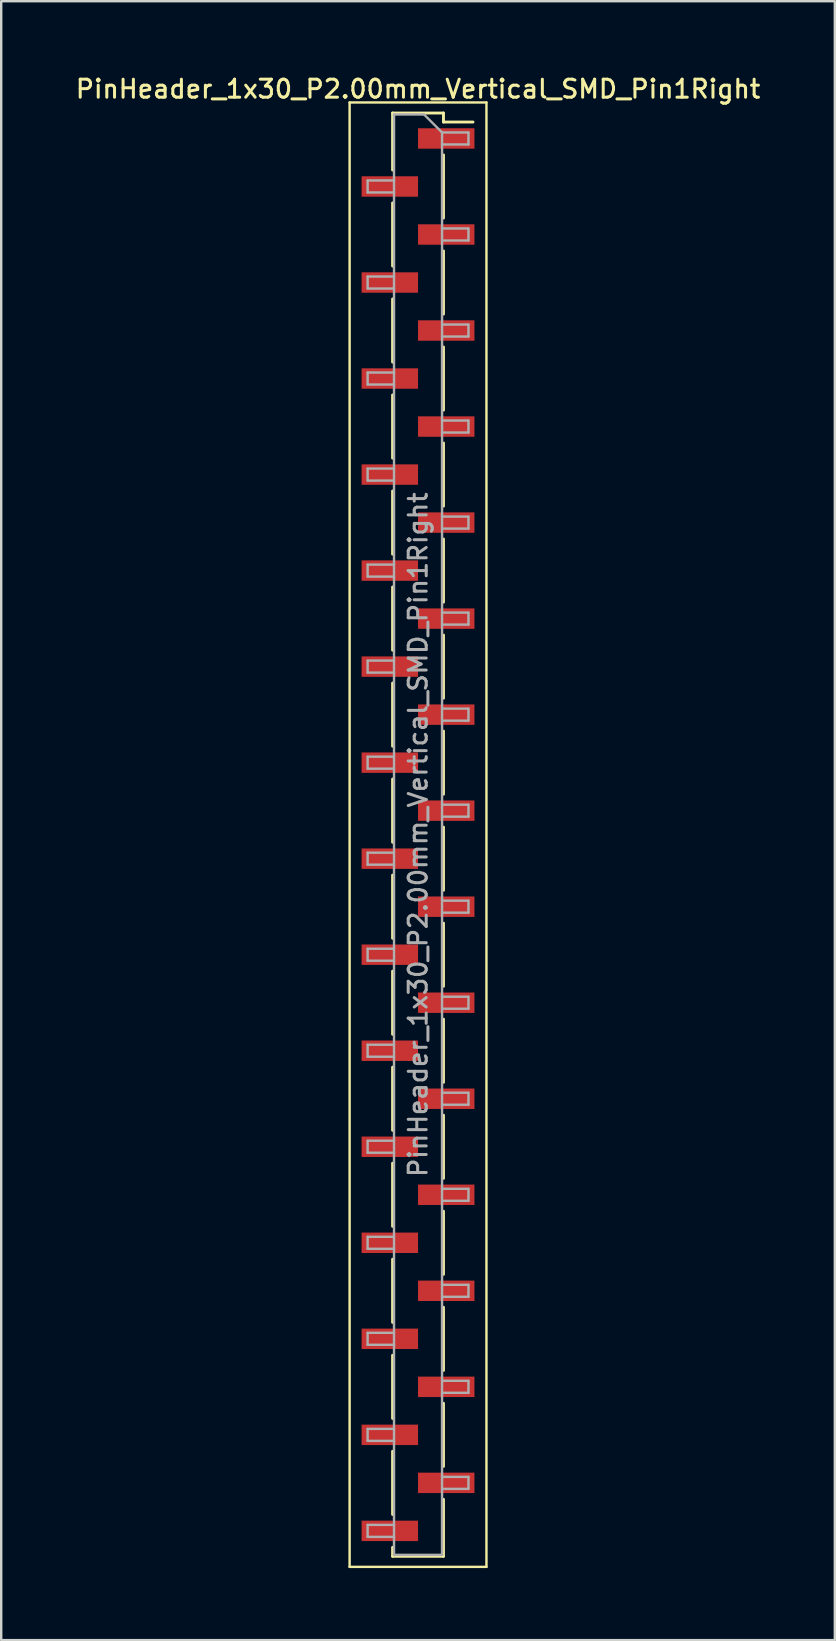
<source format=kicad_pcb>
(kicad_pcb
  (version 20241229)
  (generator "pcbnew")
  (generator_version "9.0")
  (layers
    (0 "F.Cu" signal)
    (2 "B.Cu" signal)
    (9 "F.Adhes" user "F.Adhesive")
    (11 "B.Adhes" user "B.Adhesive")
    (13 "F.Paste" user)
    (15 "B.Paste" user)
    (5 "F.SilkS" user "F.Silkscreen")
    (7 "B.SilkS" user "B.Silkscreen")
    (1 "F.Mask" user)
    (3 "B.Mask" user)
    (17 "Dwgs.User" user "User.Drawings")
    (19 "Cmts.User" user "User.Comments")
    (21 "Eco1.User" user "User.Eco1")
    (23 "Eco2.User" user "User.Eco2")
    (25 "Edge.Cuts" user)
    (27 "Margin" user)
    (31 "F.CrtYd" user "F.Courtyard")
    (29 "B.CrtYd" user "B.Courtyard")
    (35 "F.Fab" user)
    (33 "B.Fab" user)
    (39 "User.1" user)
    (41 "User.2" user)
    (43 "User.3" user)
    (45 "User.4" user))
  (footprint "PinHeader_1x30_P2.00mm_Vertical_SMD_Pin1Right"
    (layer "F.Cu")
    (at 14.363 31.718)
    (property "Reference" "PinHeader_1x30_P2.00mm_Vertical_SMD_Pin1Right" (at 0 -31.06 0) (layer "F.SilkS") (effects (font (size 0.75 0.75) (thickness 0.125))))
    (attr smd)
    (fp_line (start -2.85 -30.5) (end -2.85 30.5) (stroke (width 0.1) (type solid)) (layer "F.SilkS"))
    (fp_line (start -2.85 30.5) (end 2.85 30.5) (stroke (width 0.1) (type solid)) (layer "F.SilkS"))
    (fp_line (start -1.06 -30.06) (end -1.06 -27.685) (stroke (width 0.12) (type solid)) (layer "F.SilkS"))
    (fp_line (start -1.06 -30.06) (end 1.06 -30.06) (stroke (width 0.12) (type solid)) (layer "F.SilkS"))
    (fp_line (start -1.06 -26.315) (end -1.06 -23.685) (stroke (width 0.12) (type solid)) (layer "F.SilkS"))
    (fp_line (start -1.06 -22.315) (end -1.06 -19.685) (stroke (width 0.12) (type solid)) (layer "F.SilkS"))
    (fp_line (start -1.06 -18.315) (end -1.06 -15.685) (stroke (width 0.12) (type solid)) (layer "F.SilkS"))
    (fp_line (start -1.06 -14.315) (end -1.06 -11.685) (stroke (width 0.12) (type solid)) (layer "F.SilkS"))
    (fp_line (start -1.06 -10.315) (end -1.06 -7.685) (stroke (width 0.12) (type solid)) (layer "F.SilkS"))
    (fp_line (start -1.06 -6.315) (end -1.06 -3.685) (stroke (width 0.12) (type solid)) (layer "F.SilkS"))
    (fp_line (start -1.06 -2.315) (end -1.06 0.315) (stroke (width 0.12) (type solid)) (layer "F.SilkS"))
    (fp_line (start -1.06 1.685) (end -1.06 4.315) (stroke (width 0.12) (type solid)) (layer "F.SilkS"))
    (fp_line (start -1.06 5.685) (end -1.06 8.315) (stroke (width 0.12) (type solid)) (layer "F.SilkS"))
    (fp_line (start -1.06 9.685) (end -1.06 12.315) (stroke (width 0.12) (type solid)) (layer "F.SilkS"))
    (fp_line (start -1.06 13.685) (end -1.06 16.315) (stroke (width 0.12) (type solid)) (layer "F.SilkS"))
    (fp_line (start -1.06 17.685) (end -1.06 20.315) (stroke (width 0.12) (type solid)) (layer "F.SilkS"))
    (fp_line (start -1.06 21.685) (end -1.06 24.315) (stroke (width 0.12) (type solid)) (layer "F.SilkS"))
    (fp_line (start -1.06 25.685) (end -1.06 28.315) (stroke (width 0.12) (type solid)) (layer "F.SilkS"))
    (fp_line (start -1.06 29.685) (end -1.06 30.06) (stroke (width 0.12) (type solid)) (layer "F.SilkS"))
    (fp_line (start -1.06 30.06) (end 1.06 30.06) (stroke (width 0.12) (type solid)) (layer "F.SilkS"))
    (fp_line (start 1.06 -30.06) (end 1.06 -29.685) (stroke (width 0.12) (type solid)) (layer "F.SilkS"))
    (fp_line (start 1.06 -29.685) (end 2.29 -29.685) (stroke (width 0.12) (type solid)) (layer "F.SilkS"))
    (fp_line (start 1.06 -28.315) (end 1.06 -25.685) (stroke (width 0.12) (type solid)) (layer "F.SilkS"))
    (fp_line (start 1.06 -24.315) (end 1.06 -21.685) (stroke (width 0.12) (type solid)) (layer "F.SilkS"))
    (fp_line (start 1.06 -20.315) (end 1.06 -17.685) (stroke (width 0.12) (type solid)) (layer "F.SilkS"))
    (fp_line (start 1.06 -16.315) (end 1.06 -13.685) (stroke (width 0.12) (type solid)) (layer "F.SilkS"))
    (fp_line (start 1.06 -12.315) (end 1.06 -9.685) (stroke (width 0.12) (type solid)) (layer "F.SilkS"))
    (fp_line (start 1.06 -8.315) (end 1.06 -5.685) (stroke (width 0.12) (type solid)) (layer "F.SilkS"))
    (fp_line (start 1.06 -4.315) (end 1.06 -1.685) (stroke (width 0.12) (type solid)) (layer "F.SilkS"))
    (fp_line (start 1.06 -0.315) (end 1.06 2.315) (stroke (width 0.12) (type solid)) (layer "F.SilkS"))
    (fp_line (start 1.06 3.685) (end 1.06 6.315) (stroke (width 0.12) (type solid)) (layer "F.SilkS"))
    (fp_line (start 1.06 7.685) (end 1.06 10.315) (stroke (width 0.12) (type solid)) (layer "F.SilkS"))
    (fp_line (start 1.06 11.685) (end 1.06 14.315) (stroke (width 0.12) (type solid)) (layer "F.SilkS"))
    (fp_line (start 1.06 15.685) (end 1.06 18.315) (stroke (width 0.12) (type solid)) (layer "F.SilkS"))
    (fp_line (start 1.06 19.685) (end 1.06 22.315) (stroke (width 0.12) (type solid)) (layer "F.SilkS"))
    (fp_line (start 1.06 23.685) (end 1.06 26.315) (stroke (width 0.12) (type solid)) (layer "F.SilkS"))
    (fp_line (start 1.06 27.685) (end 1.06 30.06) (stroke (width 0.12) (type solid)) (layer "F.SilkS"))
    (fp_line (start 2.85 -30.5) (end -2.85 -30.5) (stroke (width 0.1) (type solid)) (layer "F.SilkS"))
    (fp_line (start 2.85 30.5) (end 2.85 -30.5) (stroke (width 0.1) (type solid)) (layer "F.SilkS"))
    (fp_line (start -2.1 -27.25) (end -2.1 -26.75) (stroke (width 0.1) (type solid)) (layer "F.Fab"))
    (fp_line (start -2.1 -26.75) (end -1 -26.75) (stroke (width 0.1) (type solid)) (layer "F.Fab"))
    (fp_line (start -2.1 -23.25) (end -2.1 -22.75) (stroke (width 0.1) (type solid)) (layer "F.Fab"))
    (fp_line (start -2.1 -22.75) (end -1 -22.75) (stroke (width 0.1) (type solid)) (layer "F.Fab"))
    (fp_line (start -2.1 -19.25) (end -2.1 -18.75) (stroke (width 0.1) (type solid)) (layer "F.Fab"))
    (fp_line (start -2.1 -18.75) (end -1 -18.75) (stroke (width 0.1) (type solid)) (layer "F.Fab"))
    (fp_line (start -2.1 -15.25) (end -2.1 -14.75) (stroke (width 0.1) (type solid)) (layer "F.Fab"))
    (fp_line (start -2.1 -14.75) (end -1 -14.75) (stroke (width 0.1) (type solid)) (layer "F.Fab"))
    (fp_line (start -2.1 -11.25) (end -2.1 -10.75) (stroke (width 0.1) (type solid)) (layer "F.Fab"))
    (fp_line (start -2.1 -10.75) (end -1 -10.75) (stroke (width 0.1) (type solid)) (layer "F.Fab"))
    (fp_line (start -2.1 -7.25) (end -2.1 -6.75) (stroke (width 0.1) (type solid)) (layer "F.Fab"))
    (fp_line (start -2.1 -6.75) (end -1 -6.75) (stroke (width 0.1) (type solid)) (layer "F.Fab"))
    (fp_line (start -2.1 -3.25) (end -2.1 -2.75) (stroke (width 0.1) (type solid)) (layer "F.Fab"))
    (fp_line (start -2.1 -2.75) (end -1 -2.75) (stroke (width 0.1) (type solid)) (layer "F.Fab"))
    (fp_line (start -2.1 0.75) (end -2.1 1.25) (stroke (width 0.1) (type solid)) (layer "F.Fab"))
    (fp_line (start -2.1 1.25) (end -1 1.25) (stroke (width 0.1) (type solid)) (layer "F.Fab"))
    (fp_line (start -2.1 4.75) (end -2.1 5.25) (stroke (width 0.1) (type solid)) (layer "F.Fab"))
    (fp_line (start -2.1 5.25) (end -1 5.25) (stroke (width 0.1) (type solid)) (layer "F.Fab"))
    (fp_line (start -2.1 8.75) (end -2.1 9.25) (stroke (width 0.1) (type solid)) (layer "F.Fab"))
    (fp_line (start -2.1 9.25) (end -1 9.25) (stroke (width 0.1) (type solid)) (layer "F.Fab"))
    (fp_line (start -2.1 12.75) (end -2.1 13.25) (stroke (width 0.1) (type solid)) (layer "F.Fab"))
    (fp_line (start -2.1 13.25) (end -1 13.25) (stroke (width 0.1) (type solid)) (layer "F.Fab"))
    (fp_line (start -2.1 16.75) (end -2.1 17.25) (stroke (width 0.1) (type solid)) (layer "F.Fab"))
    (fp_line (start -2.1 17.25) (end -1 17.25) (stroke (width 0.1) (type solid)) (layer "F.Fab"))
    (fp_line (start -2.1 20.75) (end -2.1 21.25) (stroke (width 0.1) (type solid)) (layer "F.Fab"))
    (fp_line (start -2.1 21.25) (end -1 21.25) (stroke (width 0.1) (type solid)) (layer "F.Fab"))
    (fp_line (start -2.1 24.75) (end -2.1 25.25) (stroke (width 0.1) (type solid)) (layer "F.Fab"))
    (fp_line (start -2.1 25.25) (end -1 25.25) (stroke (width 0.1) (type solid)) (layer "F.Fab"))
    (fp_line (start -2.1 28.75) (end -2.1 29.25) (stroke (width 0.1) (type solid)) (layer "F.Fab"))
    (fp_line (start -2.1 29.25) (end -1 29.25) (stroke (width 0.1) (type solid)) (layer "F.Fab"))
    (fp_line (start -1 -30) (end -1 30) (stroke (width 0.1) (type solid)) (layer "F.Fab"))
    (fp_line (start -1 -30) (end 0.25 -30) (stroke (width 0.1) (type solid)) (layer "F.Fab"))
    (fp_line (start -1 -27.25) (end -2.1 -27.25) (stroke (width 0.1) (type solid)) (layer "F.Fab"))
    (fp_line (start -1 -23.25) (end -2.1 -23.25) (stroke (width 0.1) (type solid)) (layer "F.Fab"))
    (fp_line (start -1 -19.25) (end -2.1 -19.25) (stroke (width 0.1) (type solid)) (layer "F.Fab"))
    (fp_line (start -1 -15.25) (end -2.1 -15.25) (stroke (width 0.1) (type solid)) (layer "F.Fab"))
    (fp_line (start -1 -11.25) (end -2.1 -11.25) (stroke (width 0.1) (type solid)) (layer "F.Fab"))
    (fp_line (start -1 -7.25) (end -2.1 -7.25) (stroke (width 0.1) (type solid)) (layer "F.Fab"))
    (fp_line (start -1 -3.25) (end -2.1 -3.25) (stroke (width 0.1) (type solid)) (layer "F.Fab"))
    (fp_line (start -1 0.75) (end -2.1 0.75) (stroke (width 0.1) (type solid)) (layer "F.Fab"))
    (fp_line (start -1 4.75) (end -2.1 4.75) (stroke (width 0.1) (type solid)) (layer "F.Fab"))
    (fp_line (start -1 8.75) (end -2.1 8.75) (stroke (width 0.1) (type solid)) (layer "F.Fab"))
    (fp_line (start -1 12.75) (end -2.1 12.75) (stroke (width 0.1) (type solid)) (layer "F.Fab"))
    (fp_line (start -1 16.75) (end -2.1 16.75) (stroke (width 0.1) (type solid)) (layer "F.Fab"))
    (fp_line (start -1 20.75) (end -2.1 20.75) (stroke (width 0.1) (type solid)) (layer "F.Fab"))
    (fp_line (start -1 24.75) (end -2.1 24.75) (stroke (width 0.1) (type solid)) (layer "F.Fab"))
    (fp_line (start -1 28.75) (end -2.1 28.75) (stroke (width 0.1) (type solid)) (layer "F.Fab"))
    (fp_line (start 1 -29.25) (end 0.25 -30) (stroke (width 0.1) (type solid)) (layer "F.Fab"))
    (fp_line (start 1 -29.25) (end 2.1 -29.25) (stroke (width 0.1) (type solid)) (layer "F.Fab"))
    (fp_line (start 1 -25.25) (end 2.1 -25.25) (stroke (width 0.1) (type solid)) (layer "F.Fab"))
    (fp_line (start 1 -21.25) (end 2.1 -21.25) (stroke (width 0.1) (type solid)) (layer "F.Fab"))
    (fp_line (start 1 -17.25) (end 2.1 -17.25) (stroke (width 0.1) (type solid)) (layer "F.Fab"))
    (fp_line (start 1 -13.25) (end 2.1 -13.25) (stroke (width 0.1) (type solid)) (layer "F.Fab"))
    (fp_line (start 1 -9.25) (end 2.1 -9.25) (stroke (width 0.1) (type solid)) (layer "F.Fab"))
    (fp_line (start 1 -5.25) (end 2.1 -5.25) (stroke (width 0.1) (type solid)) (layer "F.Fab"))
    (fp_line (start 1 -1.25) (end 2.1 -1.25) (stroke (width 0.1) (type solid)) (layer "F.Fab"))
    (fp_line (start 1 2.75) (end 2.1 2.75) (stroke (width 0.1) (type solid)) (layer "F.Fab"))
    (fp_line (start 1 6.75) (end 2.1 6.75) (stroke (width 0.1) (type solid)) (layer "F.Fab"))
    (fp_line (start 1 10.75) (end 2.1 10.75) (stroke (width 0.1) (type solid)) (layer "F.Fab"))
    (fp_line (start 1 14.75) (end 2.1 14.75) (stroke (width 0.1) (type solid)) (layer "F.Fab"))
    (fp_line (start 1 18.75) (end 2.1 18.75) (stroke (width 0.1) (type solid)) (layer "F.Fab"))
    (fp_line (start 1 22.75) (end 2.1 22.75) (stroke (width 0.1) (type solid)) (layer "F.Fab"))
    (fp_line (start 1 26.75) (end 2.1 26.75) (stroke (width 0.1) (type solid)) (layer "F.Fab"))
    (fp_line (start 1 30) (end -1 30) (stroke (width 0.1) (type solid)) (layer "F.Fab"))
    (fp_line (start 1 30) (end 1 -29.25) (stroke (width 0.1) (type solid)) (layer "F.Fab"))
    (fp_line (start 2.1 -29.25) (end 2.1 -28.75) (stroke (width 0.1) (type solid)) (layer "F.Fab"))
    (fp_line (start 2.1 -28.75) (end 1 -28.75) (stroke (width 0.1) (type solid)) (layer "F.Fab"))
    (fp_line (start 2.1 -25.25) (end 2.1 -24.75) (stroke (width 0.1) (type solid)) (layer "F.Fab"))
    (fp_line (start 2.1 -24.75) (end 1 -24.75) (stroke (width 0.1) (type solid)) (layer "F.Fab"))
    (fp_line (start 2.1 -21.25) (end 2.1 -20.75) (stroke (width 0.1) (type solid)) (layer "F.Fab"))
    (fp_line (start 2.1 -20.75) (end 1 -20.75) (stroke (width 0.1) (type solid)) (layer "F.Fab"))
    (fp_line (start 2.1 -17.25) (end 2.1 -16.75) (stroke (width 0.1) (type solid)) (layer "F.Fab"))
    (fp_line (start 2.1 -16.75) (end 1 -16.75) (stroke (width 0.1) (type solid)) (layer "F.Fab"))
    (fp_line (start 2.1 -13.25) (end 2.1 -12.75) (stroke (width 0.1) (type solid)) (layer "F.Fab"))
    (fp_line (start 2.1 -12.75) (end 1 -12.75) (stroke (width 0.1) (type solid)) (layer "F.Fab"))
    (fp_line (start 2.1 -9.25) (end 2.1 -8.75) (stroke (width 0.1) (type solid)) (layer "F.Fab"))
    (fp_line (start 2.1 -8.75) (end 1 -8.75) (stroke (width 0.1) (type solid)) (layer "F.Fab"))
    (fp_line (start 2.1 -5.25) (end 2.1 -4.75) (stroke (width 0.1) (type solid)) (layer "F.Fab"))
    (fp_line (start 2.1 -4.75) (end 1 -4.75) (stroke (width 0.1) (type solid)) (layer "F.Fab"))
    (fp_line (start 2.1 -1.25) (end 2.1 -0.75) (stroke (width 0.1) (type solid)) (layer "F.Fab"))
    (fp_line (start 2.1 -0.75) (end 1 -0.75) (stroke (width 0.1) (type solid)) (layer "F.Fab"))
    (fp_line (start 2.1 2.75) (end 2.1 3.25) (stroke (width 0.1) (type solid)) (layer "F.Fab"))
    (fp_line (start 2.1 3.25) (end 1 3.25) (stroke (width 0.1) (type solid)) (layer "F.Fab"))
    (fp_line (start 2.1 6.75) (end 2.1 7.25) (stroke (width 0.1) (type solid)) (layer "F.Fab"))
    (fp_line (start 2.1 7.25) (end 1 7.25) (stroke (width 0.1) (type solid)) (layer "F.Fab"))
    (fp_line (start 2.1 10.75) (end 2.1 11.25) (stroke (width 0.1) (type solid)) (layer "F.Fab"))
    (fp_line (start 2.1 11.25) (end 1 11.25) (stroke (width 0.1) (type solid)) (layer "F.Fab"))
    (fp_line (start 2.1 14.75) (end 2.1 15.25) (stroke (width 0.1) (type solid)) (layer "F.Fab"))
    (fp_line (start 2.1 15.25) (end 1 15.25) (stroke (width 0.1) (type solid)) (layer "F.Fab"))
    (fp_line (start 2.1 18.75) (end 2.1 19.25) (stroke (width 0.1) (type solid)) (layer "F.Fab"))
    (fp_line (start 2.1 19.25) (end 1 19.25) (stroke (width 0.1) (type solid)) (layer "F.Fab"))
    (fp_line (start 2.1 22.75) (end 2.1 23.25) (stroke (width 0.1) (type solid)) (layer "F.Fab"))
    (fp_line (start 2.1 23.25) (end 1 23.25) (stroke (width 0.1) (type solid)) (layer "F.Fab"))
    (fp_line (start 2.1 26.75) (end 2.1 27.25) (stroke (width 0.1) (type solid)) (layer "F.Fab"))
    (fp_line (start 2.1 27.25) (end 1 27.25) (stroke (width 0.1) (type solid)) (layer "F.Fab"))
    (fp_text user "${REFERENCE}" (at 0 0 90) (layer "F.Fab") (effects (font (size 0.75 0.75) (thickness 0.125))))
    (pad "1" smd rect (at 1.175 -29) (size 2.35 0.85) (layers "F.Cu" "F.Mask" "F.Paste"))
    (pad "2" smd rect (at -1.175 -27) (size 2.35 0.85) (layers "F.Cu" "F.Mask" "F.Paste"))
    (pad "3" smd rect (at 1.175 -25) (size 2.35 0.85) (layers "F.Cu" "F.Mask" "F.Paste"))
    (pad "4" smd rect (at -1.175 -23) (size 2.35 0.85) (layers "F.Cu" "F.Mask" "F.Paste"))
    (pad "5" smd rect (at 1.175 -21) (size 2.35 0.85) (layers "F.Cu" "F.Mask" "F.Paste"))
    (pad "6" smd rect (at -1.175 -19) (size 2.35 0.85) (layers "F.Cu" "F.Mask" "F.Paste"))
    (pad "7" smd rect (at 1.175 -17) (size 2.35 0.85) (layers "F.Cu" "F.Mask" "F.Paste"))
    (pad "8" smd rect (at -1.175 -15) (size 2.35 0.85) (layers "F.Cu" "F.Mask" "F.Paste"))
    (pad "9" smd rect (at 1.175 -13) (size 2.35 0.85) (layers "F.Cu" "F.Mask" "F.Paste"))
    (pad "10" smd rect (at -1.175 -11) (size 2.35 0.85) (layers "F.Cu" "F.Mask" "F.Paste"))
    (pad "11" smd rect (at 1.175 -9) (size 2.35 0.85) (layers "F.Cu" "F.Mask" "F.Paste"))
    (pad "12" smd rect (at -1.175 -7) (size 2.35 0.85) (layers "F.Cu" "F.Mask" "F.Paste"))
    (pad "13" smd rect (at 1.175 -5) (size 2.35 0.85) (layers "F.Cu" "F.Mask" "F.Paste"))
    (pad "14" smd rect (at -1.175 -3) (size 2.35 0.85) (layers "F.Cu" "F.Mask" "F.Paste"))
    (pad "15" smd rect (at 1.175 -1) (size 2.35 0.85) (layers "F.Cu" "F.Mask" "F.Paste"))
    (pad "16" smd rect (at -1.175 1) (size 2.35 0.85) (layers "F.Cu" "F.Mask" "F.Paste"))
    (pad "17" smd rect (at 1.175 3) (size 2.35 0.85) (layers "F.Cu" "F.Mask" "F.Paste"))
    (pad "18" smd rect (at -1.175 5) (size 2.35 0.85) (layers "F.Cu" "F.Mask" "F.Paste"))
    (pad "19" smd rect (at 1.175 7) (size 2.35 0.85) (layers "F.Cu" "F.Mask" "F.Paste"))
    (pad "20" smd rect (at -1.175 9) (size 2.35 0.85) (layers "F.Cu" "F.Mask" "F.Paste"))
    (pad "21" smd rect (at 1.175 11) (size 2.35 0.85) (layers "F.Cu" "F.Mask" "F.Paste"))
    (pad "22" smd rect (at -1.175 13) (size 2.35 0.85) (layers "F.Cu" "F.Mask" "F.Paste"))
    (pad "23" smd rect (at 1.175 15) (size 2.35 0.85) (layers "F.Cu" "F.Mask" "F.Paste"))
    (pad "24" smd rect (at -1.175 17) (size 2.35 0.85) (layers "F.Cu" "F.Mask" "F.Paste"))
    (pad "25" smd rect (at 1.175 19) (size 2.35 0.85) (layers "F.Cu" "F.Mask" "F.Paste"))
    (pad "26" smd rect (at -1.175 21) (size 2.35 0.85) (layers "F.Cu" "F.Mask" "F.Paste"))
    (pad "27" smd rect (at 1.175 23) (size 2.35 0.85) (layers "F.Cu" "F.Mask" "F.Paste"))
    (pad "28" smd rect (at -1.175 25) (size 2.35 0.85) (layers "F.Cu" "F.Mask" "F.Paste"))
    (pad "29" smd rect (at 1.175 27) (size 2.35 0.85) (layers "F.Cu" "F.Mask" "F.Paste"))
    (pad "30" smd rect (at -1.175 29) (size 2.35 0.85) (layers "F.Cu" "F.Mask" "F.Paste")))
  (gr_rect
    (start -3 -3)
    (end 31.725 65.268)
    (stroke (width 0.1) (type default))
    (fill no)
    (layer "Edge.Cuts")))
</source>
